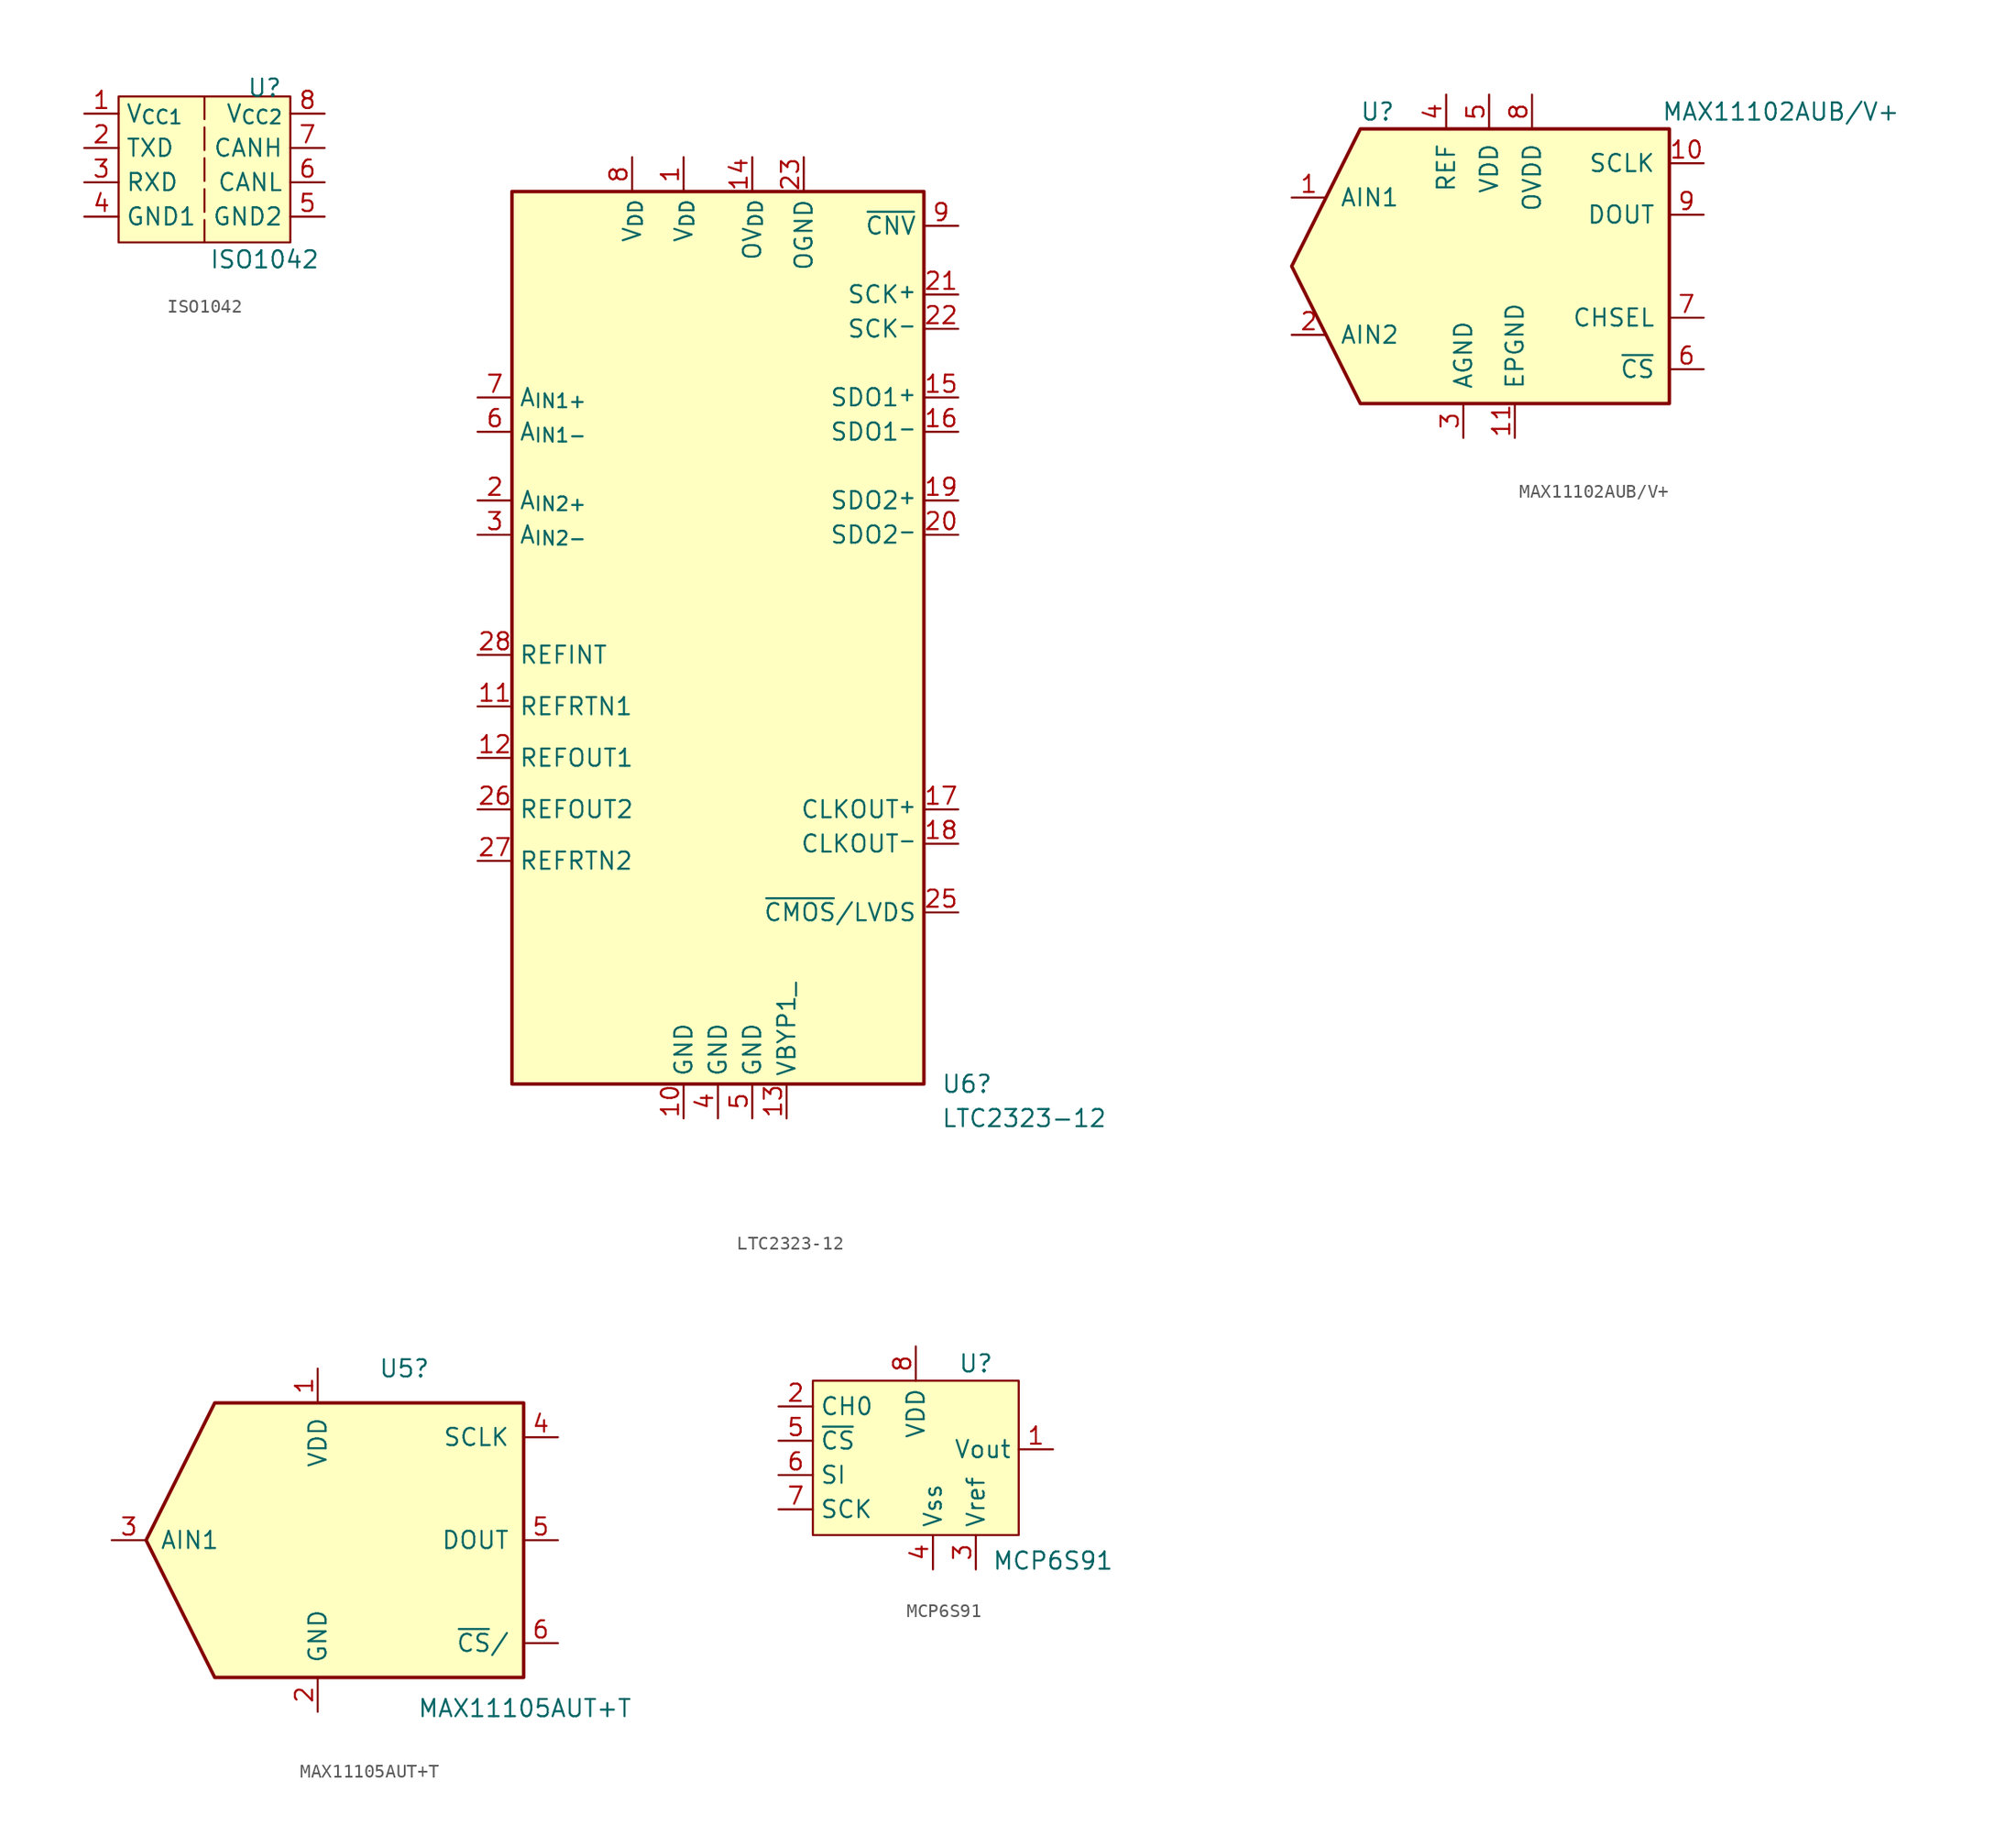
<source format=kicad_sym>
(kicad_symbol_lib
  (version 20220914)
  (generator kicad_symbol_editor)
  (symbol "ISO1042"
    (property "Reference" "U"
      (at 4.445 5.715 0)
      (effects (font (size 1.27 1.27))))
    (property "Value" "ISO1042"
      (at 4.445 -6.985 0)
      (effects (font (size 1.27 1.27))))
    (symbol "ISO1042_0_1"
      (rectangle (start -6.35 5.08) (end 6.35 -5.715) (stroke (width 0) (type default)) (fill (type background)))
      (polyline (pts (xy 0 5.08) (xy 0 -5.715)) (stroke (width 0) (type dash)) (fill (type none))))
    (symbol "ISO1042_1_1"
      (pin power_in line (at -8.89 3.81 0) (length 2.54) (name "V_{CC1}" (effects (font (size 1.27 1.27)))) (number "1" (effects (font (size 1.27 1.27)))))
      (pin output line (at -8.89 1.27 0) (length 2.54) (name "TXD" (effects (font (size 1.27 1.27)))) (number "2" (effects (font (size 1.27 1.27)))))
      (pin input line (at -8.89 -1.27 0) (length 2.54) (name "RXD" (effects (font (size 1.27 1.27)))) (number "3" (effects (font (size 1.27 1.27)))))
      (pin power_in line (at -8.89 -3.81 0) (length 2.54) (name "GND1" (effects (font (size 1.27 1.27)))) (number "4" (effects (font (size 1.27 1.27)))))
      (pin power_in line (at 8.89 -3.81 180) (length 2.54) (name "GND2" (effects (font (size 1.27 1.27)))) (number "5" (effects (font (size 1.27 1.27)))))
      (pin bidirectional line (at 8.89 -1.27 180) (length 2.54) (name "CANL" (effects (font (size 1.27 1.27)))) (number "6" (effects (font (size 1.27 1.27)))))
      (pin bidirectional line (at 8.89 1.27 180) (length 2.54) (name "CANH" (effects (font (size 1.27 1.27)))) (number "7" (effects (font (size 1.27 1.27)))))
      (pin power_in line (at 8.89 3.81 180) (length 2.54) (name "V_{CC2}" (effects (font (size 1.27 1.27)))) (number "8" (effects (font (size 1.27 1.27)))))))
  (symbol "LTC2323-12"
    (property "Reference" "U6"
      (at 16.51 -33.02 0)
      (effects (font (size 1.27 1.27)) (justify left)))
    (property "Value" "LTC2323-12"
      (at 16.51 -35.56 0)
      (effects (font (size 1.27 1.27)) (justify left)))
    (symbol "LTC2323-12_0_1"
      (rectangle (start -15.24 33.02) (end 15.24 -33.02) (stroke (width 0.254) (type default)) (fill (type background))))
    (symbol "LTC2323-12_1_1"
      (pin no_connect line (at 12.7 -33.02 90) (length 2.54) hide (name "" (effects (font (size 1.27 1.27)))) (number "" (effects (font (size 1.27 1.27)))))
      (pin power_in line (at -2.54 35.56 270) (length 2.54) (name "V_{DD}" (effects (font (size 1.27 1.27)))) (number "1" (effects (font (size 1.27 1.27)))))
      (pin power_in line (at -2.54 -35.56 90) (length 2.54) (name "GND" (effects (font (size 1.27 1.27)))) (number "10" (effects (font (size 1.27 1.27)))))
      (pin passive line (at -17.78 -5.08 0) (length 2.54) (name "REFRTN1" (effects (font (size 1.27 1.27)))) (number "11" (effects (font (size 1.27 1.27)))))
      (pin passive line (at 0 -35.56 90) (length 2.54) hide (name "GND" (effects (font (size 1.27 1.27)))) (number "12" (effects (font (size 1.27 1.27)))))
      (pin passive line (at -17.78 -8.89 0) (length 2.54) (name "REFOUT1" (effects (font (size 1.27 1.27)))) (number "12" (effects (font (size 1.27 1.27)))))
      (pin power_in line (at 5.08 -35.56 90) (length 2.54) (name "VBYP1_" (effects (font (size 1.27 1.27)))) (number "13" (effects (font (size 1.27 1.27)))))
      (pin power_in line (at 2.54 35.56 270) (length 2.54) (name "OV_{DD}" (effects (font (size 1.27 1.27)))) (number "14" (effects (font (size 1.27 1.27)))))
      (pin output line (at 17.78 17.78 180) (length 2.54) (name "SDO1^{+}" (effects (font (size 1.27 1.27)))) (number "15" (effects (font (size 1.27 1.27)))) (alternate "SDOA" tri_state line))
      (pin no_connect line (at -12.7 -33.02 90) (length 2.54) hide (name "NC" (effects (font (size 1.27 1.27)))) (number "16" (effects (font (size 1.27 1.27)))))
      (pin output line (at 17.78 15.24 180) (length 2.54) (name "SDO1^{-}" (effects (font (size 1.27 1.27)))) (number "16" (effects (font (size 1.27 1.27)))) (alternate "DNC" no_connect line))
      (pin output line (at 17.78 -12.7 180) (length 2.54) (name "CLKOUT^{+}" (effects (font (size 1.27 1.27)))) (number "17" (effects (font (size 1.27 1.27)))) (alternate "CLKOUT" tri_state line))
      (pin no_connect line (at -10.16 -33.02 90) (length 2.54) hide (name "NC" (effects (font (size 1.27 1.27)))) (number "17" (effects (font (size 1.27 1.27)))))
      (pin output line (at 17.78 -15.24 180) (length 2.54) (name "CLKOUT^{-}" (effects (font (size 1.27 1.27)))) (number "18" (effects (font (size 1.27 1.27)))) (alternate "~{CLKOUTEN}" input line))
      (pin passive line (at 0 -35.56 90) (length 2.54) hide (name "GND" (effects (font (size 1.27 1.27)))) (number "18" (effects (font (size 1.27 1.27)))))
      (pin no_connect line (at -7.62 -33.02 90) (length 2.54) hide (name "NC" (effects (font (size 1.27 1.27)))) (number "19" (effects (font (size 1.27 1.27)))))
      (pin output line (at 17.78 10.16 180) (length 2.54) (name "SDO2^{+}" (effects (font (size 1.27 1.27)))) (number "19" (effects (font (size 1.27 1.27)))) (alternate "SDOB" tri_state line))
      (pin input line (at -17.78 10.16 0) (length 2.54) (name "A_{IN2+}" (effects (font (size 1.27 1.27)))) (number "2" (effects (font (size 1.27 1.27)))))
      (pin no_connect line (at -5.08 -33.02 90) (length 2.54) hide (name "NC" (effects (font (size 1.27 1.27)))) (number "20" (effects (font (size 1.27 1.27)))))
      (pin output line (at 17.78 7.62 180) (length 2.54) (name "SDO2^{-}" (effects (font (size 1.27 1.27)))) (number "20" (effects (font (size 1.27 1.27)))) (alternate "DNC" no_connect line))
      (pin input line (at 17.78 25.4 180) (length 2.54) (name "SCK^{+}" (effects (font (size 1.27 1.27)))) (number "21" (effects (font (size 1.27 1.27)))) (alternate "SCK" input line))
      (pin passive line (at -2.54 35.56 270) (length 2.54) hide (name "V_{DD}" (effects (font (size 1.27 1.27)))) (number "21" (effects (font (size 1.27 1.27)))))
      (pin input line (at 17.78 22.86 180) (length 2.54) (name "SCK^{-}" (effects (font (size 1.27 1.27)))) (number "22" (effects (font (size 1.27 1.27)))) (alternate "DNC" no_connect line))
      (pin power_in line (at 6.35 35.56 270) (length 2.54) (name "OGND" (effects (font (size 1.27 1.27)))) (number "23" (effects (font (size 1.27 1.27)))))
      (pin input line (at 17.78 -20.32 180) (length 2.54) (name "~{CMOS}/LVDS" (effects (font (size 1.27 1.27)))) (number "25" (effects (font (size 1.27 1.27)))))
      (pin passive line (at 0 -35.56 90) (length 2.54) hide (name "GND" (effects (font (size 1.27 1.27)))) (number "26" (effects (font (size 1.27 1.27)))))
      (pin passive line (at -17.78 -12.7 0) (length 2.54) (name "REFOUT2" (effects (font (size 1.27 1.27)))) (number "26" (effects (font (size 1.27 1.27)))))
      (pin passive line (at -17.78 -16.51 0) (length 2.54) (name "REFRTN2" (effects (font (size 1.27 1.27)))) (number "27" (effects (font (size 1.27 1.27)))))
      (pin input line (at -17.78 -1.27 0) (length 2.54) (name "REFINT" (effects (font (size 1.27 1.27)))) (number "28" (effects (font (size 1.27 1.27)))))
      (pin input line (at -17.78 7.62 0) (length 2.54) (name "A_{IN2-}" (effects (font (size 1.27 1.27)))) (number "3" (effects (font (size 1.27 1.27)))))
      (pin passive line (at 0 -35.56 90) (length 2.54) hide (name "GND" (effects (font (size 1.27 1.27)))) (number "32" (effects (font (size 1.27 1.27)))))
      (pin passive line (at 2.54 35.56 270) (length 2.54) hide (name "OV_{DD}" (effects (font (size 1.27 1.27)))) (number "37" (effects (font (size 1.27 1.27)))))
      (pin passive line (at 0 -35.56 90) (length 2.54) hide (name "GND" (effects (font (size 1.27 1.27)))) (number "38" (effects (font (size 1.27 1.27)))))
      (pin power_in line (at 0 -35.56 90) (length 2.54) (name "GND" (effects (font (size 1.27 1.27)))) (number "4" (effects (font (size 1.27 1.27)))))
      (pin passive line (at -2.54 35.56 270) (length 2.54) hide (name "V_{DD}" (effects (font (size 1.27 1.27)))) (number "44" (effects (font (size 1.27 1.27)))))
      (pin passive line (at 0 -35.56 90) (length 2.54) hide (name "GND" (effects (font (size 1.27 1.27)))) (number "46" (effects (font (size 1.27 1.27)))))
      (pin no_connect line (at 11.43 -33.02 90) (length 2.54) hide (name "NC" (effects (font (size 1.27 1.27)))) (number "47" (effects (font (size 1.27 1.27)))))
      (pin no_connect line (at 12.7 -33.02 90) (length 2.54) hide (name "NC" (effects (font (size 1.27 1.27)))) (number "48" (effects (font (size 1.27 1.27)))))
      (pin passive line (at 0 -35.56 90) (length 2.54) hide (name "GND" (effects (font (size 1.27 1.27)))) (number "49" (effects (font (size 1.27 1.27)))))
      (pin power_in line (at 2.54 -35.56 90) (length 2.54) (name "GND" (effects (font (size 1.27 1.27)))) (number "5" (effects (font (size 1.27 1.27)))))
      (pin no_connect line (at 13.97 -33.02 90) (length 2.54) hide (name "NC" (effects (font (size 1.27 1.27)))) (number "50" (effects (font (size 1.27 1.27)))))
      (pin passive line (at -2.54 35.56 270) (length 2.54) hide (name "V_{DD}" (effects (font (size 1.27 1.27)))) (number "52" (effects (font (size 1.27 1.27)))))
      (pin passive line (at 0 -35.56 90) (length 2.54) hide (name "GND" (effects (font (size 1.27 1.27)))) (number "53" (effects (font (size 1.27 1.27)))))
      (pin input line (at -17.78 15.24 0) (length 2.54) (name "A_{IN1-}" (effects (font (size 1.27 1.27)))) (number "6" (effects (font (size 1.27 1.27)))))
      (pin input line (at -17.78 17.78 0) (length 2.54) (name "A_{IN1+}" (effects (font (size 1.27 1.27)))) (number "7" (effects (font (size 1.27 1.27)))))
      (pin passive line (at 0 -35.56 90) (length 2.54) hide (name "GND" (effects (font (size 1.27 1.27)))) (number "7" (effects (font (size 1.27 1.27)))))
      (pin power_in line (at -6.35 35.56 270) (length 2.54) (name "V_{DD}" (effects (font (size 1.27 1.27)))) (number "8" (effects (font (size 1.27 1.27)))))
      (pin input line (at 17.78 30.48 180) (length 2.54) (name "~{CNV}" (effects (font (size 1.27 1.27)))) (number "9" (effects (font (size 1.27 1.27)))))))
  (symbol "MAX11102AUB/V+"
    (pin_names
      (offset 1.016))
    (property "Reference" "U"
      (at -6.35 11.43 0)
      (effects (font (size 1.27 1.27))))
    (property "Value" "MAX11102AUB/V+"
      (at 23.495 11.43 0)
      (effects (font (size 1.27 1.27))))
    (symbol "MAX11102AUB/V+_0_1"
      (polyline (pts (xy 15.24 10.16) (xy -7.62 10.16) (xy -12.7 0) (xy -7.62 -10.16) (xy 15.24 -10.16) (xy 15.24 10.16)) (stroke (width 0.254) (type default)) (fill (type background))))
    (symbol "MAX11102AUB/V+_1_1"
      (pin passive line (at -12.7 5.08 0) (length 2.54) (name "AIN1" (effects (font (size 1.27 1.27)))) (number "1" (effects (font (size 1.27 1.27)))))
      (pin input line (at 17.78 7.62 180) (length 2.54) (name "SCLK" (effects (font (size 1.27 1.27)))) (number "10" (effects (font (size 1.27 1.27)))))
      (pin power_in line (at 3.81 -12.7 90) (length 2.54) (name "EPGND" (effects (font (size 1.27 1.27)))) (number "11" (effects (font (size 1.27 1.27)))))
      (pin passive line (at -12.7 -5.08 0) (length 2.54) (name "AIN2" (effects (font (size 1.27 1.27)))) (number "2" (effects (font (size 1.27 1.27)))))
      (pin power_in line (at 0 -12.7 90) (length 2.54) (name "AGND" (effects (font (size 1.27 1.27)))) (number "3" (effects (font (size 1.27 1.27)))))
      (pin power_in line (at -1.27 12.7 270) (length 2.54) (name "REF" (effects (font (size 1.27 1.27)))) (number "4" (effects (font (size 1.27 1.27)))))
      (pin power_in line (at 1.905 12.7 270) (length 2.54) (name "VDD" (effects (font (size 1.27 1.27)))) (number "5" (effects (font (size 1.27 1.27)))))
      (pin input line (at 17.78 -7.62 180) (length 2.54) (name "~{CS}" (effects (font (size 1.27 1.27)))) (number "6" (effects (font (size 1.27 1.27)))))
      (pin input line (at 17.78 -3.81 180) (length 2.54) (name "CHSEL" (effects (font (size 1.27 1.27)))) (number "7" (effects (font (size 1.27 1.27)))))
      (pin power_in line (at 5.08 12.7 270) (length 2.54) (name "OVDD" (effects (font (size 1.27 1.27)))) (number "8" (effects (font (size 1.27 1.27)))))
      (pin output line (at 17.78 3.81 180) (length 2.54) (name "DOUT" (effects (font (size 1.27 1.27)))) (number "9" (effects (font (size 1.27 1.27)))))))
  (symbol "MAX11105AUT+T"
    (pin_names
      (offset 1.016))
    (property "Reference" "U5"
      (at 4.496 12.7 0)
      (effects (font (size 1.27 1.27)) (justify left)))
    (property "Value" "MAX11105AUT+T"
      (at 7.366 -12.446 0)
      (effects (font (size 1.27 1.27)) (justify left)))
    (symbol "MAX11105AUT+T_0_1"
      (polyline (pts (xy 15.24 10.16) (xy -7.62 10.16) (xy -12.7 0) (xy -7.62 -10.16) (xy 15.24 -10.16) (xy 15.24 10.16)) (stroke (width 0.254) (type default)) (fill (type background))))
    (symbol "MAX11105AUT+T_1_1"
      (pin power_in line (at 0 12.7 270) (length 2.54) (name "VDD" (effects (font (size 1.27 1.27)))) (number "1" (effects (font (size 1.27 1.27)))))
      (pin power_in line (at 0 -12.7 90) (length 2.54) (name "GND" (effects (font (size 1.27 1.27)))) (number "2" (effects (font (size 1.27 1.27)))))
      (pin passive line (at -15.24 0 0) (length 2.54) (name "AIN1" (effects (font (size 1.27 1.27)))) (number "3" (effects (font (size 1.27 1.27)))))
      (pin input line (at 17.78 7.62 180) (length 2.54) (name "SCLK" (effects (font (size 1.27 1.27)))) (number "4" (effects (font (size 1.27 1.27)))))
      (pin output line (at 17.78 0 180) (length 2.54) (name "DOUT" (effects (font (size 1.27 1.27)))) (number "5" (effects (font (size 1.27 1.27)))))
      (pin input line (at 17.78 -7.62 180) (length 2.54) (name "~{CS}/" (effects (font (size 1.27 1.27)))) (number "6" (effects (font (size 1.27 1.27)))))))
  (symbol "MCP6S91"
    (property "Reference" "U"
      (at 4.445 8.89 0)
      (effects (font (size 1.27 1.27))))
    (property "Value" "MCP6S91"
      (at 10.16 -5.715 0)
      (effects (font (size 1.27 1.27))))
    (symbol "MCP6S91_0_1"
      (rectangle (start -7.62 7.62) (end 7.62 -3.81) (stroke (width 0) (type default)) (fill (type background))))
    (symbol "MCP6S91_1_1"
      (pin output line (at 10.16 2.54 180) (length 2.54) (name "Vout" (effects (font (size 1.27 1.27)))) (number "1" (effects (font (size 1.27 1.27)))))
      (pin input line (at -10.16 5.715 0) (length 2.54) (name "CH0" (effects (font (size 1.27 1.27)))) (number "2" (effects (font (size 1.27 1.27)))))
      (pin power_in line (at 4.445 -6.35 90) (length 2.54) (name "Vref" (effects (font (size 1.27 1.27)))) (number "3" (effects (font (size 1.27 1.27)))))
      (pin power_in line (at 1.27 -6.35 90) (length 2.54) (name "Vss" (effects (font (size 1.27 1.27)))) (number "4" (effects (font (size 1.27 1.27)))))
      (pin input line (at -10.16 3.175 0) (length 2.54) (name "~{CS}" (effects (font (size 1.27 1.27)))) (number "5" (effects (font (size 1.27 1.27)))))
      (pin input line (at -10.16 0.635 0) (length 2.54) (name "SI" (effects (font (size 1.27 1.27)))) (number "6" (effects (font (size 1.27 1.27)))))
      (pin input line (at -10.16 -1.905 0) (length 2.54) (name "SCK" (effects (font (size 1.27 1.27)))) (number "7" (effects (font (size 1.27 1.27)))))
      (pin power_in line (at 0 10.16 270) (length 2.54) (name "VDD" (effects (font (size 1.27 1.27)))) (number "8" (effects (font (size 1.27 1.27))))))))
</source>
